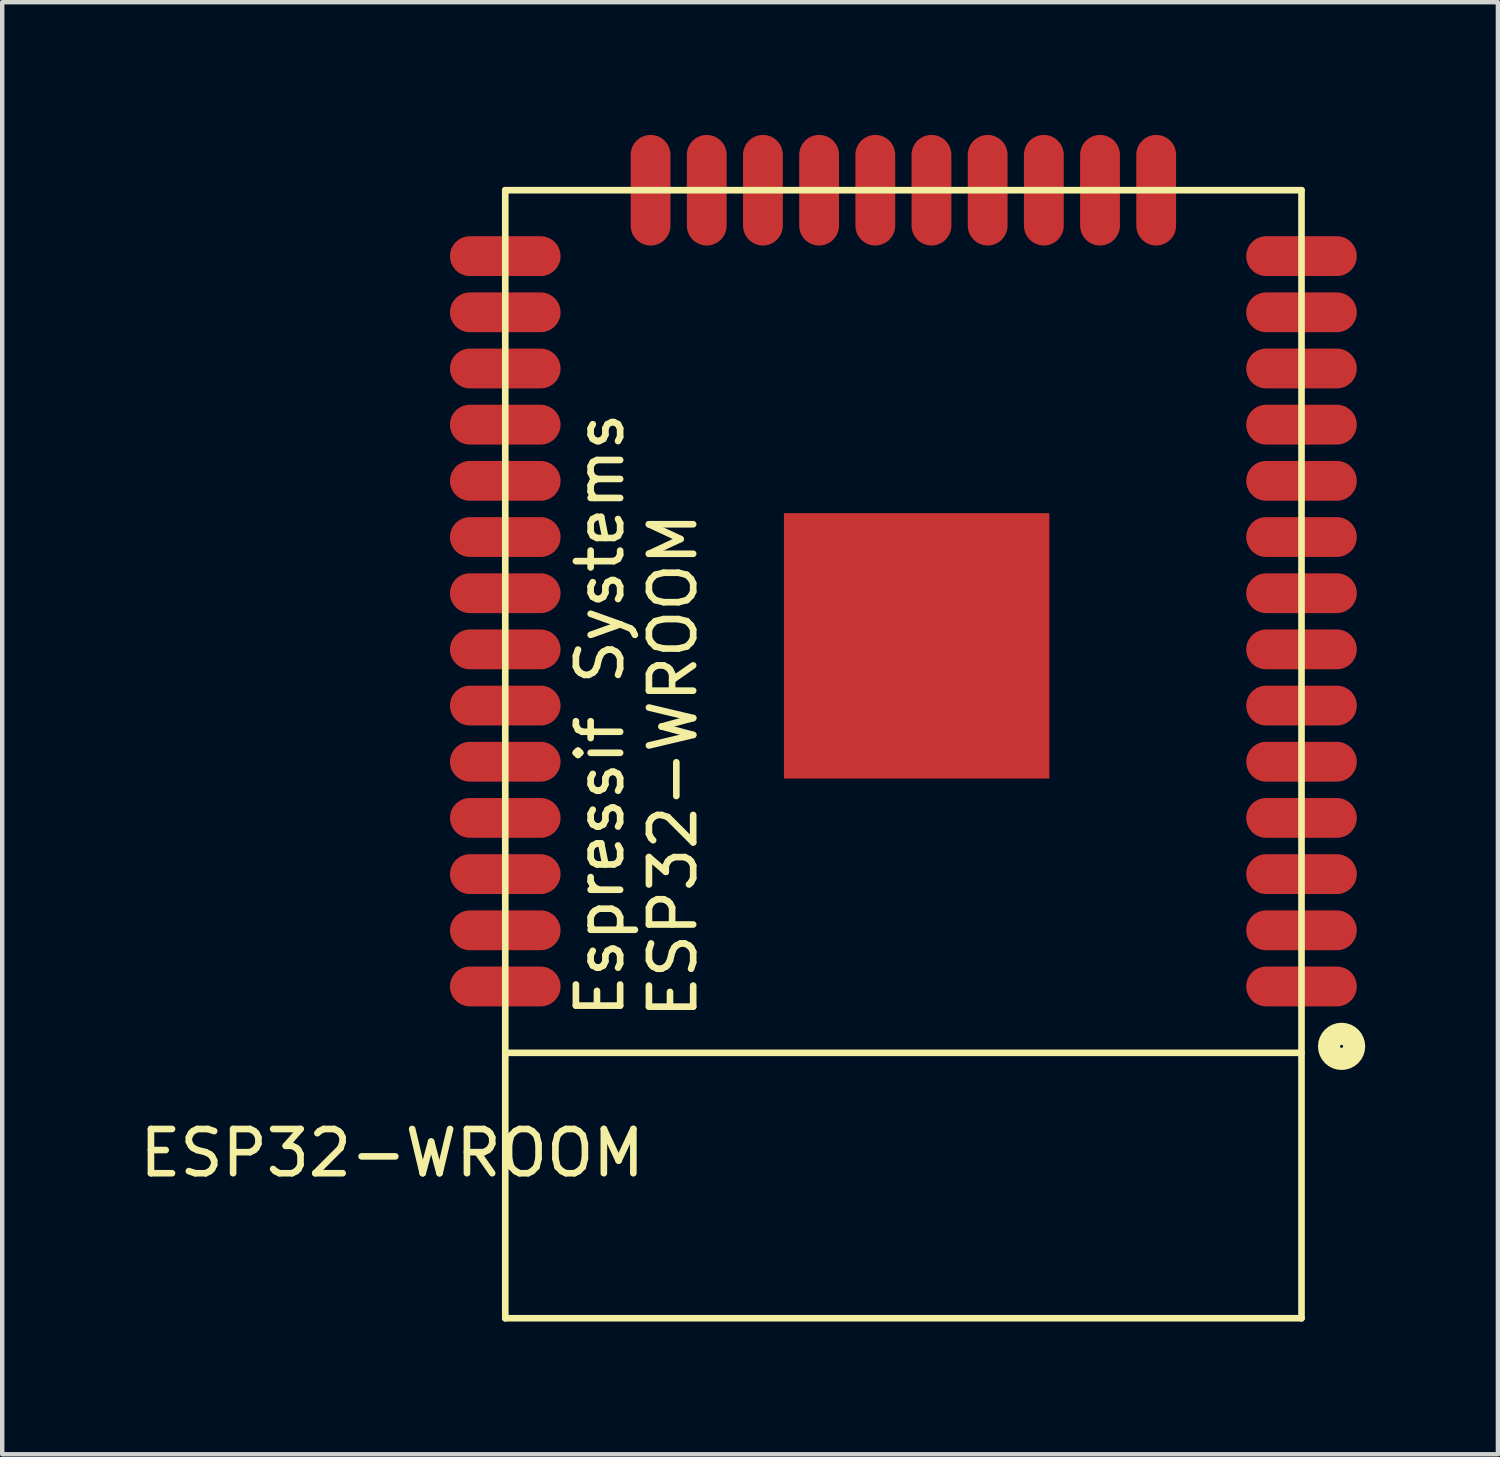
<source format=kicad_pcb>
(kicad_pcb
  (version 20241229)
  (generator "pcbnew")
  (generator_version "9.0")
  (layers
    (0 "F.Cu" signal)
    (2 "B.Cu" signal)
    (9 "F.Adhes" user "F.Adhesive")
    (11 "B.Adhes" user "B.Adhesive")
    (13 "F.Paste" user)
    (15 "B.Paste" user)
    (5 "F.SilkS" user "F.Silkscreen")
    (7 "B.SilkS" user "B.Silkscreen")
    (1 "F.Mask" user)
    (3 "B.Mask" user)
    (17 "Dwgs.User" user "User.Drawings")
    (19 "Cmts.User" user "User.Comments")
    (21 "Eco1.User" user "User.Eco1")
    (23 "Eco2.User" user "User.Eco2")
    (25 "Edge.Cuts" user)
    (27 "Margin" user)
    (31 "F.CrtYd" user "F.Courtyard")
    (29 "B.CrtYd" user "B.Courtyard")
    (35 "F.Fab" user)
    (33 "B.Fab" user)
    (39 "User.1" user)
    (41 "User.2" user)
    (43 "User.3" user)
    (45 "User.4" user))
  (footprint "ESP32-WROOM"
    (layer "F.Cu")
    (at 17.372 14)
    (property "Reference" "ESP32-WROOM" (at -11.557 9.017 0) (layer "F.SilkS") (effects (font (size 1 1) (thickness 0.15))))
    (attr through_hole)
    (fp_line (start -9 -12.75) (end 9 -12.75) (stroke (width 0.15) (type solid)) (layer "F.SilkS"))
    (fp_line (start -9 6.75) (end 9 6.75) (stroke (width 0.15) (type solid)) (layer "F.SilkS"))
    (fp_line (start -9 12.75) (end -9 -12.75) (stroke (width 0.15) (type solid)) (layer "F.SilkS"))
    (fp_line (start -9 12.75) (end 9 12.75) (stroke (width 0.15) (type solid)) (layer "F.SilkS"))
    (fp_line (start 9 12.75) (end 9 -12.75) (stroke (width 0.15) (type solid)) (layer "F.SilkS"))
    (fp_circle (center 9.906 6.604) (end 10.033 6.858) (stroke (width 0.5) (type solid)) (fill no) (layer "F.SilkS"))
    (fp_text user "Espressif Systems" (at -6.858 -0.889 90) (layer "F.SilkS") (effects (font (size 1 1) (thickness 0.15))))
    (fp_text user "ESP32-WROOM" (at -5.207 0.254 90) (layer "F.SilkS") (effects (font (size 1 1) (thickness 0.15))))
    (pad "1" smd oval (at 9 5.25) (size 2.5 0.9) (layers "F.Cu" "F.Mask" "F.Paste"))
    (pad "2" smd oval (at 9 3.98) (size 2.5 0.9) (layers "F.Cu" "F.Mask" "F.Paste"))
    (pad "3" smd oval (at 9 2.71) (size 2.5 0.9) (layers "F.Cu" "F.Mask" "F.Paste"))
    (pad "4" smd oval (at 9 1.44) (size 2.5 0.9) (layers "F.Cu" "F.Mask" "F.Paste"))
    (pad "5" smd oval (at 9 0.17) (size 2.5 0.9) (layers "F.Cu" "F.Mask" "F.Paste"))
    (pad "6" smd oval (at 9 -1.1) (size 2.5 0.9) (layers "F.Cu" "F.Mask" "F.Paste"))
    (pad "7" smd oval (at 9 -2.37) (size 2.5 0.9) (layers "F.Cu" "F.Mask" "F.Paste"))
    (pad "8" smd oval (at 9 -3.64) (size 2.5 0.9) (layers "F.Cu" "F.Mask" "F.Paste"))
    (pad "9" smd oval (at 9 -4.91) (size 2.5 0.9) (layers "F.Cu" "F.Mask" "F.Paste"))
    (pad "10" smd oval (at 9 -6.18) (size 2.5 0.9) (layers "F.Cu" "F.Mask" "F.Paste"))
    (pad "11" smd oval (at 9 -7.45) (size 2.5 0.9) (layers "F.Cu" "F.Mask" "F.Paste"))
    (pad "12" smd oval (at 9 -8.72) (size 2.5 0.9) (layers "F.Cu" "F.Mask" "F.Paste"))
    (pad "13" smd oval (at 9 -9.99) (size 2.5 0.9) (layers "F.Cu" "F.Mask" "F.Paste"))
    (pad "14" smd oval (at 9 -11.26) (size 2.5 0.9) (layers "F.Cu" "F.Mask" "F.Paste"))
    (pad "15" smd oval (at 5.715 -12.75) (size 0.9 2.5) (layers "F.Cu" "F.Mask" "F.Paste"))
    (pad "16" smd oval (at 4.445 -12.75) (size 0.9 2.5) (layers "F.Cu" "F.Mask" "F.Paste"))
    (pad "17" smd oval (at 3.175 -12.75) (size 0.9 2.5) (layers "F.Cu" "F.Mask" "F.Paste"))
    (pad "18" smd oval (at 1.905 -12.75) (size 0.9 2.5) (layers "F.Cu" "F.Mask" "F.Paste"))
    (pad "19" smd oval (at 0.635 -12.75) (size 0.9 2.5) (layers "F.Cu" "F.Mask" "F.Paste"))
    (pad "20" smd oval (at -0.635 -12.75) (size 0.9 2.5) (layers "F.Cu" "F.Mask" "F.Paste"))
    (pad "21" smd oval (at -1.905 -12.75) (size 0.9 2.5) (layers "F.Cu" "F.Mask" "F.Paste"))
    (pad "22" smd oval (at -3.175 -12.75) (size 0.9 2.5) (layers "F.Cu" "F.Mask" "F.Paste"))
    (pad "23" smd oval (at -4.445 -12.75) (size 0.9 2.5) (layers "F.Cu" "F.Mask" "F.Paste"))
    (pad "24" smd oval (at -5.715 -12.75) (size 0.9 2.5) (layers "F.Cu" "F.Mask" "F.Paste"))
    (pad "25" smd oval (at -9 -11.26) (size 2.5 0.9) (layers "F.Cu" "F.Mask" "F.Paste"))
    (pad "26" smd oval (at -9 -9.99) (size 2.5 0.9) (layers "F.Cu" "F.Mask" "F.Paste"))
    (pad "27" smd oval (at -9 -8.72) (size 2.5 0.9) (layers "F.Cu" "F.Mask" "F.Paste"))
    (pad "28" smd oval (at -9 -7.45) (size 2.5 0.9) (layers "F.Cu" "F.Mask" "F.Paste"))
    (pad "29" smd oval (at -9 -6.18) (size 2.5 0.9) (layers "F.Cu" "F.Mask" "F.Paste"))
    (pad "30" smd oval (at -9 -4.91) (size 2.5 0.9) (layers "F.Cu" "F.Mask" "F.Paste"))
    (pad "31" smd oval (at -9 -3.64) (size 2.5 0.9) (layers "F.Cu" "F.Mask" "F.Paste"))
    (pad "32" smd oval (at -9 -2.37) (size 2.5 0.9) (layers "F.Cu" "F.Mask" "F.Paste"))
    (pad "33" smd oval (at -9 -1.1) (size 2.5 0.9) (layers "F.Cu" "F.Mask" "F.Paste"))
    (pad "34" smd oval (at -9 0.17) (size 2.5 0.9) (layers "F.Cu" "F.Mask" "F.Paste"))
    (pad "35" smd oval (at -9 1.44) (size 2.5 0.9) (layers "F.Cu" "F.Mask" "F.Paste"))
    (pad "36" smd oval (at -9 2.71) (size 2.5 0.9) (layers "F.Cu" "F.Mask" "F.Paste"))
    (pad "37" smd oval (at -9 3.98) (size 2.5 0.9) (layers "F.Cu" "F.Mask" "F.Paste"))
    (pad "38" smd oval (at -9 5.25) (size 2.5 0.9) (layers "F.Cu" "F.Mask" "F.Paste"))
    (pad "39" smd rect (at 0.3 -2.45) (size 6 6) (layers "F.Cu" "F.Mask" "F.Paste")))
  (gr_rect
    (start -3 -3)
    (end 30.812 29.825)
    (stroke (width 0.1) (type default))
    (fill no)
    (layer "Edge.Cuts")))
</source>
